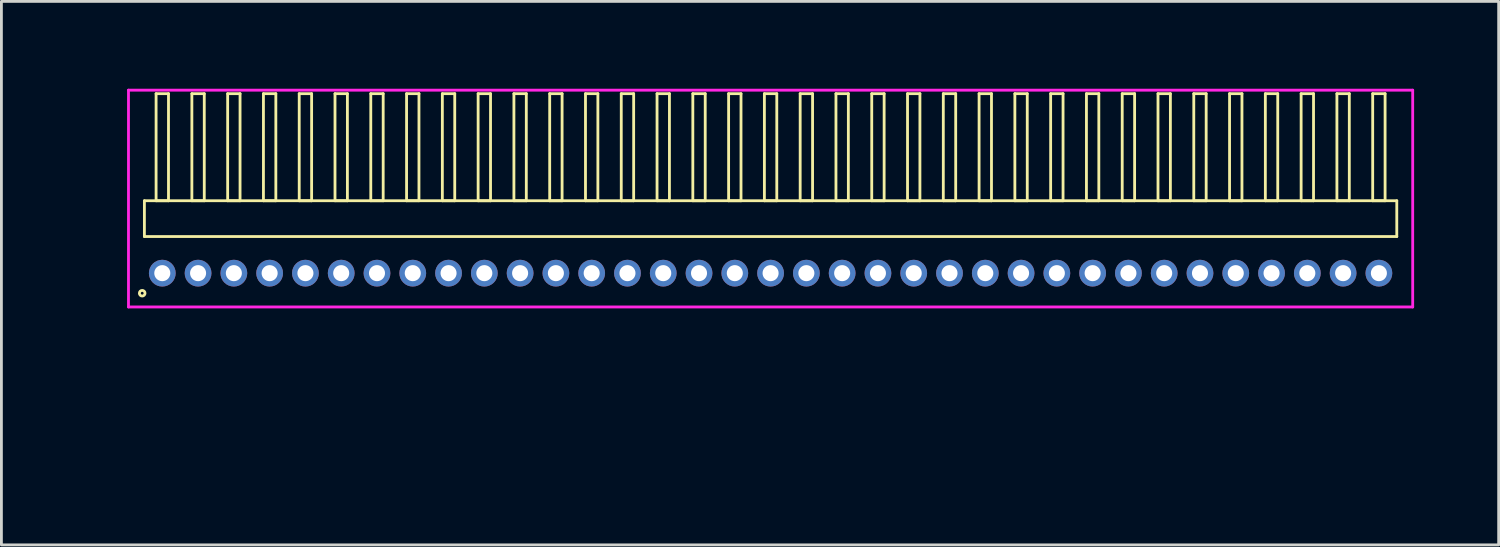
<source format=kicad_pcb>
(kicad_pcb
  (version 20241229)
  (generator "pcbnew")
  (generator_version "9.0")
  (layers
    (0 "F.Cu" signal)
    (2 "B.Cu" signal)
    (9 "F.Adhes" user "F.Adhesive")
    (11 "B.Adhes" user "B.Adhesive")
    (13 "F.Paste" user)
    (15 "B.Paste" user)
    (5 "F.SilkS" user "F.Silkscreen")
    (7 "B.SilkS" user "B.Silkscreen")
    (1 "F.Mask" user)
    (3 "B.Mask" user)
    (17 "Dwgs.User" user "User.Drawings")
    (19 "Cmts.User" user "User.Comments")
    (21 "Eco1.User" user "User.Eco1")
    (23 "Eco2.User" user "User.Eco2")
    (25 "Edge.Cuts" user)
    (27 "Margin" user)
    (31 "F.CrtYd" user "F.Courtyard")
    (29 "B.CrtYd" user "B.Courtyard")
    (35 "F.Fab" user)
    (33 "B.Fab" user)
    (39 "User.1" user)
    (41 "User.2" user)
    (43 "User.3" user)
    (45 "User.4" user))
  (footprint "HDR_RA127P35x1"
    (layer "F.Cu")
    (at 24.3 6.645)
    (property "Reference" "HDR_RA127P35x1" (at -23.54 0 90) (layer "User.1") (effects (font (size 1 1) (thickness 0.1))))
    (attr through_hole)
    (fp_line (start -22.225 -2.57) (end -22.225 -1.3) (stroke (width 0.1) (type solid)) (layer "F.SilkS"))
    (fp_line (start -22.225 -1.3) (end 22.225 -1.3) (stroke (width 0.1) (type solid)) (layer "F.SilkS"))
    (fp_line (start -21.81 -6.37) (end -21.81 -2.57) (stroke (width 0.1) (type solid)) (layer "F.SilkS"))
    (fp_line (start -21.81 -2.57) (end -21.37 -2.57) (stroke (width 0.1) (type solid)) (layer "F.SilkS"))
    (fp_line (start -21.37 -6.37) (end -21.81 -6.37) (stroke (width 0.1) (type solid)) (layer "F.SilkS"))
    (fp_line (start -21.37 -2.57) (end -21.37 -6.37) (stroke (width 0.1) (type solid)) (layer "F.SilkS"))
    (fp_line (start -20.54 -6.37) (end -20.54 -2.57) (stroke (width 0.1) (type solid)) (layer "F.SilkS"))
    (fp_line (start -20.54 -2.57) (end -20.1 -2.57) (stroke (width 0.1) (type solid)) (layer "F.SilkS"))
    (fp_line (start -20.1 -6.37) (end -20.54 -6.37) (stroke (width 0.1) (type solid)) (layer "F.SilkS"))
    (fp_line (start -20.1 -2.57) (end -20.1 -6.37) (stroke (width 0.1) (type solid)) (layer "F.SilkS"))
    (fp_line (start -19.27 -6.37) (end -19.27 -2.57) (stroke (width 0.1) (type solid)) (layer "F.SilkS"))
    (fp_line (start -19.27 -2.57) (end -18.83 -2.57) (stroke (width 0.1) (type solid)) (layer "F.SilkS"))
    (fp_line (start -18.83 -6.37) (end -19.27 -6.37) (stroke (width 0.1) (type solid)) (layer "F.SilkS"))
    (fp_line (start -18.83 -2.57) (end -18.83 -6.37) (stroke (width 0.1) (type solid)) (layer "F.SilkS"))
    (fp_line (start -18 -6.37) (end -18 -2.57) (stroke (width 0.1) (type solid)) (layer "F.SilkS"))
    (fp_line (start -18 -2.57) (end -17.56 -2.57) (stroke (width 0.1) (type solid)) (layer "F.SilkS"))
    (fp_line (start -17.56 -6.37) (end -18 -6.37) (stroke (width 0.1) (type solid)) (layer "F.SilkS"))
    (fp_line (start -17.56 -2.57) (end -17.56 -6.37) (stroke (width 0.1) (type solid)) (layer "F.SilkS"))
    (fp_line (start -16.73 -6.37) (end -16.73 -2.57) (stroke (width 0.1) (type solid)) (layer "F.SilkS"))
    (fp_line (start -16.73 -2.57) (end -16.29 -2.57) (stroke (width 0.1) (type solid)) (layer "F.SilkS"))
    (fp_line (start -16.29 -6.37) (end -16.73 -6.37) (stroke (width 0.1) (type solid)) (layer "F.SilkS"))
    (fp_line (start -16.29 -2.57) (end -16.29 -6.37) (stroke (width 0.1) (type solid)) (layer "F.SilkS"))
    (fp_line (start -15.46 -6.37) (end -15.46 -2.57) (stroke (width 0.1) (type solid)) (layer "F.SilkS"))
    (fp_line (start -15.46 -2.57) (end -15.02 -2.57) (stroke (width 0.1) (type solid)) (layer "F.SilkS"))
    (fp_line (start -15.02 -6.37) (end -15.46 -6.37) (stroke (width 0.1) (type solid)) (layer "F.SilkS"))
    (fp_line (start -15.02 -2.57) (end -15.02 -6.37) (stroke (width 0.1) (type solid)) (layer "F.SilkS"))
    (fp_line (start -14.19 -6.37) (end -14.19 -2.57) (stroke (width 0.1) (type solid)) (layer "F.SilkS"))
    (fp_line (start -14.19 -2.57) (end -13.75 -2.57) (stroke (width 0.1) (type solid)) (layer "F.SilkS"))
    (fp_line (start -13.75 -6.37) (end -14.19 -6.37) (stroke (width 0.1) (type solid)) (layer "F.SilkS"))
    (fp_line (start -13.75 -2.57) (end -13.75 -6.37) (stroke (width 0.1) (type solid)) (layer "F.SilkS"))
    (fp_line (start -12.92 -6.37) (end -12.92 -2.57) (stroke (width 0.1) (type solid)) (layer "F.SilkS"))
    (fp_line (start -12.92 -2.57) (end -12.48 -2.57) (stroke (width 0.1) (type solid)) (layer "F.SilkS"))
    (fp_line (start -12.48 -6.37) (end -12.92 -6.37) (stroke (width 0.1) (type solid)) (layer "F.SilkS"))
    (fp_line (start -12.48 -2.57) (end -12.48 -6.37) (stroke (width 0.1) (type solid)) (layer "F.SilkS"))
    (fp_line (start -11.65 -6.37) (end -11.65 -2.57) (stroke (width 0.1) (type solid)) (layer "F.SilkS"))
    (fp_line (start -11.65 -2.57) (end -11.21 -2.57) (stroke (width 0.1) (type solid)) (layer "F.SilkS"))
    (fp_line (start -11.21 -6.37) (end -11.65 -6.37) (stroke (width 0.1) (type solid)) (layer "F.SilkS"))
    (fp_line (start -11.21 -2.57) (end -11.21 -6.37) (stroke (width 0.1) (type solid)) (layer "F.SilkS"))
    (fp_line (start -10.38 -6.37) (end -10.38 -2.57) (stroke (width 0.1) (type solid)) (layer "F.SilkS"))
    (fp_line (start -10.38 -2.57) (end -9.94 -2.57) (stroke (width 0.1) (type solid)) (layer "F.SilkS"))
    (fp_line (start -9.94 -6.37) (end -10.38 -6.37) (stroke (width 0.1) (type solid)) (layer "F.SilkS"))
    (fp_line (start -9.94 -2.57) (end -9.94 -6.37) (stroke (width 0.1) (type solid)) (layer "F.SilkS"))
    (fp_line (start -9.11 -6.37) (end -9.11 -2.57) (stroke (width 0.1) (type solid)) (layer "F.SilkS"))
    (fp_line (start -9.11 -2.57) (end -8.67 -2.57) (stroke (width 0.1) (type solid)) (layer "F.SilkS"))
    (fp_line (start -8.67 -6.37) (end -9.11 -6.37) (stroke (width 0.1) (type solid)) (layer "F.SilkS"))
    (fp_line (start -8.67 -2.57) (end -8.67 -6.37) (stroke (width 0.1) (type solid)) (layer "F.SilkS"))
    (fp_line (start -7.84 -6.37) (end -7.84 -2.57) (stroke (width 0.1) (type solid)) (layer "F.SilkS"))
    (fp_line (start -7.84 -2.57) (end -7.4 -2.57) (stroke (width 0.1) (type solid)) (layer "F.SilkS"))
    (fp_line (start -7.4 -6.37) (end -7.84 -6.37) (stroke (width 0.1) (type solid)) (layer "F.SilkS"))
    (fp_line (start -7.4 -2.57) (end -7.4 -6.37) (stroke (width 0.1) (type solid)) (layer "F.SilkS"))
    (fp_line (start -6.57 -6.37) (end -6.57 -2.57) (stroke (width 0.1) (type solid)) (layer "F.SilkS"))
    (fp_line (start -6.57 -2.57) (end -6.13 -2.57) (stroke (width 0.1) (type solid)) (layer "F.SilkS"))
    (fp_line (start -6.13 -6.37) (end -6.57 -6.37) (stroke (width 0.1) (type solid)) (layer "F.SilkS"))
    (fp_line (start -6.13 -2.57) (end -6.13 -6.37) (stroke (width 0.1) (type solid)) (layer "F.SilkS"))
    (fp_line (start -5.3 -6.37) (end -5.3 -2.57) (stroke (width 0.1) (type solid)) (layer "F.SilkS"))
    (fp_line (start -5.3 -2.57) (end -4.86 -2.57) (stroke (width 0.1) (type solid)) (layer "F.SilkS"))
    (fp_line (start -4.86 -6.37) (end -5.3 -6.37) (stroke (width 0.1) (type solid)) (layer "F.SilkS"))
    (fp_line (start -4.86 -2.57) (end -4.86 -6.37) (stroke (width 0.1) (type solid)) (layer "F.SilkS"))
    (fp_line (start -4.03 -6.37) (end -4.03 -2.57) (stroke (width 0.1) (type solid)) (layer "F.SilkS"))
    (fp_line (start -4.03 -2.57) (end -3.59 -2.57) (stroke (width 0.1) (type solid)) (layer "F.SilkS"))
    (fp_line (start -3.59 -6.37) (end -4.03 -6.37) (stroke (width 0.1) (type solid)) (layer "F.SilkS"))
    (fp_line (start -3.59 -2.57) (end -3.59 -6.37) (stroke (width 0.1) (type solid)) (layer "F.SilkS"))
    (fp_line (start -2.76 -6.37) (end -2.76 -2.57) (stroke (width 0.1) (type solid)) (layer "F.SilkS"))
    (fp_line (start -2.76 -2.57) (end -2.32 -2.57) (stroke (width 0.1) (type solid)) (layer "F.SilkS"))
    (fp_line (start -2.32 -6.37) (end -2.76 -6.37) (stroke (width 0.1) (type solid)) (layer "F.SilkS"))
    (fp_line (start -2.32 -2.57) (end -2.32 -6.37) (stroke (width 0.1) (type solid)) (layer "F.SilkS"))
    (fp_line (start -1.49 -6.37) (end -1.49 -2.57) (stroke (width 0.1) (type solid)) (layer "F.SilkS"))
    (fp_line (start -1.49 -2.57) (end -1.05 -2.57) (stroke (width 0.1) (type solid)) (layer "F.SilkS"))
    (fp_line (start -1.05 -6.37) (end -1.49 -6.37) (stroke (width 0.1) (type solid)) (layer "F.SilkS"))
    (fp_line (start -1.05 -2.57) (end -1.05 -6.37) (stroke (width 0.1) (type solid)) (layer "F.SilkS"))
    (fp_line (start -0.22 -6.37) (end -0.22 -2.57) (stroke (width 0.1) (type solid)) (layer "F.SilkS"))
    (fp_line (start -0.22 -2.57) (end 0.22 -2.57) (stroke (width 0.1) (type solid)) (layer "F.SilkS"))
    (fp_line (start 0.22 -6.37) (end -0.22 -6.37) (stroke (width 0.1) (type solid)) (layer "F.SilkS"))
    (fp_line (start 0.22 -2.57) (end 0.22 -6.37) (stroke (width 0.1) (type solid)) (layer "F.SilkS"))
    (fp_line (start 1.05 -6.37) (end 1.05 -2.57) (stroke (width 0.1) (type solid)) (layer "F.SilkS"))
    (fp_line (start 1.05 -2.57) (end 1.49 -2.57) (stroke (width 0.1) (type solid)) (layer "F.SilkS"))
    (fp_line (start 1.49 -6.37) (end 1.05 -6.37) (stroke (width 0.1) (type solid)) (layer "F.SilkS"))
    (fp_line (start 1.49 -2.57) (end 1.49 -6.37) (stroke (width 0.1) (type solid)) (layer "F.SilkS"))
    (fp_line (start 2.32 -6.37) (end 2.32 -2.57) (stroke (width 0.1) (type solid)) (layer "F.SilkS"))
    (fp_line (start 2.32 -2.57) (end 2.76 -2.57) (stroke (width 0.1) (type solid)) (layer "F.SilkS"))
    (fp_line (start 2.76 -6.37) (end 2.32 -6.37) (stroke (width 0.1) (type solid)) (layer "F.SilkS"))
    (fp_line (start 2.76 -2.57) (end 2.76 -6.37) (stroke (width 0.1) (type solid)) (layer "F.SilkS"))
    (fp_line (start 3.59 -6.37) (end 3.59 -2.57) (stroke (width 0.1) (type solid)) (layer "F.SilkS"))
    (fp_line (start 3.59 -2.57) (end 4.03 -2.57) (stroke (width 0.1) (type solid)) (layer "F.SilkS"))
    (fp_line (start 4.03 -6.37) (end 3.59 -6.37) (stroke (width 0.1) (type solid)) (layer "F.SilkS"))
    (fp_line (start 4.03 -2.57) (end 4.03 -6.37) (stroke (width 0.1) (type solid)) (layer "F.SilkS"))
    (fp_line (start 4.86 -6.37) (end 4.86 -2.57) (stroke (width 0.1) (type solid)) (layer "F.SilkS"))
    (fp_line (start 4.86 -2.57) (end 5.3 -2.57) (stroke (width 0.1) (type solid)) (layer "F.SilkS"))
    (fp_line (start 5.3 -6.37) (end 4.86 -6.37) (stroke (width 0.1) (type solid)) (layer "F.SilkS"))
    (fp_line (start 5.3 -2.57) (end 5.3 -6.37) (stroke (width 0.1) (type solid)) (layer "F.SilkS"))
    (fp_line (start 6.13 -6.37) (end 6.13 -2.57) (stroke (width 0.1) (type solid)) (layer "F.SilkS"))
    (fp_line (start 6.13 -2.57) (end 6.57 -2.57) (stroke (width 0.1) (type solid)) (layer "F.SilkS"))
    (fp_line (start 6.57 -6.37) (end 6.13 -6.37) (stroke (width 0.1) (type solid)) (layer "F.SilkS"))
    (fp_line (start 6.57 -2.57) (end 6.57 -6.37) (stroke (width 0.1) (type solid)) (layer "F.SilkS"))
    (fp_line (start 7.4 -6.37) (end 7.4 -2.57) (stroke (width 0.1) (type solid)) (layer "F.SilkS"))
    (fp_line (start 7.4 -2.57) (end 7.84 -2.57) (stroke (width 0.1) (type solid)) (layer "F.SilkS"))
    (fp_line (start 7.84 -6.37) (end 7.4 -6.37) (stroke (width 0.1) (type solid)) (layer "F.SilkS"))
    (fp_line (start 7.84 -2.57) (end 7.84 -6.37) (stroke (width 0.1) (type solid)) (layer "F.SilkS"))
    (fp_line (start 8.67 -6.37) (end 8.67 -2.57) (stroke (width 0.1) (type solid)) (layer "F.SilkS"))
    (fp_line (start 8.67 -2.57) (end 9.11 -2.57) (stroke (width 0.1) (type solid)) (layer "F.SilkS"))
    (fp_line (start 9.11 -6.37) (end 8.67 -6.37) (stroke (width 0.1) (type solid)) (layer "F.SilkS"))
    (fp_line (start 9.11 -2.57) (end 9.11 -6.37) (stroke (width 0.1) (type solid)) (layer "F.SilkS"))
    (fp_line (start 9.94 -6.37) (end 9.94 -2.57) (stroke (width 0.1) (type solid)) (layer "F.SilkS"))
    (fp_line (start 9.94 -2.57) (end 10.38 -2.57) (stroke (width 0.1) (type solid)) (layer "F.SilkS"))
    (fp_line (start 10.38 -6.37) (end 9.94 -6.37) (stroke (width 0.1) (type solid)) (layer "F.SilkS"))
    (fp_line (start 10.38 -2.57) (end 10.38 -6.37) (stroke (width 0.1) (type solid)) (layer "F.SilkS"))
    (fp_line (start 11.21 -6.37) (end 11.21 -2.57) (stroke (width 0.1) (type solid)) (layer "F.SilkS"))
    (fp_line (start 11.21 -2.57) (end 11.65 -2.57) (stroke (width 0.1) (type solid)) (layer "F.SilkS"))
    (fp_line (start 11.65 -6.37) (end 11.21 -6.37) (stroke (width 0.1) (type solid)) (layer "F.SilkS"))
    (fp_line (start 11.65 -2.57) (end 11.65 -6.37) (stroke (width 0.1) (type solid)) (layer "F.SilkS"))
    (fp_line (start 12.48 -6.37) (end 12.48 -2.57) (stroke (width 0.1) (type solid)) (layer "F.SilkS"))
    (fp_line (start 12.48 -2.57) (end 12.92 -2.57) (stroke (width 0.1) (type solid)) (layer "F.SilkS"))
    (fp_line (start 12.92 -6.37) (end 12.48 -6.37) (stroke (width 0.1) (type solid)) (layer "F.SilkS"))
    (fp_line (start 12.92 -2.57) (end 12.92 -6.37) (stroke (width 0.1) (type solid)) (layer "F.SilkS"))
    (fp_line (start 13.75 -6.37) (end 13.75 -2.57) (stroke (width 0.1) (type solid)) (layer "F.SilkS"))
    (fp_line (start 13.75 -2.57) (end 14.19 -2.57) (stroke (width 0.1) (type solid)) (layer "F.SilkS"))
    (fp_line (start 14.19 -6.37) (end 13.75 -6.37) (stroke (width 0.1) (type solid)) (layer "F.SilkS"))
    (fp_line (start 14.19 -2.57) (end 14.19 -6.37) (stroke (width 0.1) (type solid)) (layer "F.SilkS"))
    (fp_line (start 15.02 -6.37) (end 15.02 -2.57) (stroke (width 0.1) (type solid)) (layer "F.SilkS"))
    (fp_line (start 15.02 -2.57) (end 15.46 -2.57) (stroke (width 0.1) (type solid)) (layer "F.SilkS"))
    (fp_line (start 15.46 -6.37) (end 15.02 -6.37) (stroke (width 0.1) (type solid)) (layer "F.SilkS"))
    (fp_line (start 15.46 -2.57) (end 15.46 -6.37) (stroke (width 0.1) (type solid)) (layer "F.SilkS"))
    (fp_line (start 16.29 -6.37) (end 16.29 -2.57) (stroke (width 0.1) (type solid)) (layer "F.SilkS"))
    (fp_line (start 16.29 -2.57) (end 16.73 -2.57) (stroke (width 0.1) (type solid)) (layer "F.SilkS"))
    (fp_line (start 16.73 -6.37) (end 16.29 -6.37) (stroke (width 0.1) (type solid)) (layer "F.SilkS"))
    (fp_line (start 16.73 -2.57) (end 16.73 -6.37) (stroke (width 0.1) (type solid)) (layer "F.SilkS"))
    (fp_line (start 17.56 -6.37) (end 17.56 -2.57) (stroke (width 0.1) (type solid)) (layer "F.SilkS"))
    (fp_line (start 17.56 -2.57) (end 18 -2.57) (stroke (width 0.1) (type solid)) (layer "F.SilkS"))
    (fp_line (start 18 -6.37) (end 17.56 -6.37) (stroke (width 0.1) (type solid)) (layer "F.SilkS"))
    (fp_line (start 18 -2.57) (end 18 -6.37) (stroke (width 0.1) (type solid)) (layer "F.SilkS"))
    (fp_line (start 18.83 -6.37) (end 18.83 -2.57) (stroke (width 0.1) (type solid)) (layer "F.SilkS"))
    (fp_line (start 18.83 -2.57) (end 19.27 -2.57) (stroke (width 0.1) (type solid)) (layer "F.SilkS"))
    (fp_line (start 19.27 -6.37) (end 18.83 -6.37) (stroke (width 0.1) (type solid)) (layer "F.SilkS"))
    (fp_line (start 19.27 -2.57) (end 19.27 -6.37) (stroke (width 0.1) (type solid)) (layer "F.SilkS"))
    (fp_line (start 20.1 -6.37) (end 20.1 -2.57) (stroke (width 0.1) (type solid)) (layer "F.SilkS"))
    (fp_line (start 20.1 -2.57) (end 20.54 -2.57) (stroke (width 0.1) (type solid)) (layer "F.SilkS"))
    (fp_line (start 20.54 -6.37) (end 20.1 -6.37) (stroke (width 0.1) (type solid)) (layer "F.SilkS"))
    (fp_line (start 20.54 -2.57) (end 20.54 -6.37) (stroke (width 0.1) (type solid)) (layer "F.SilkS"))
    (fp_line (start 21.37 -6.37) (end 21.37 -2.57) (stroke (width 0.1) (type solid)) (layer "F.SilkS"))
    (fp_line (start 21.37 -2.57) (end 21.81 -2.57) (stroke (width 0.1) (type solid)) (layer "F.SilkS"))
    (fp_line (start 21.81 -6.37) (end 21.37 -6.37) (stroke (width 0.1) (type solid)) (layer "F.SilkS"))
    (fp_line (start 21.81 -2.57) (end 21.81 -6.37) (stroke (width 0.1) (type solid)) (layer "F.SilkS"))
    (fp_line (start 22.225 -2.57) (end -22.225 -2.57) (stroke (width 0.1) (type solid)) (layer "F.SilkS"))
    (fp_line (start 22.225 -1.3) (end 22.225 -2.57) (stroke (width 0.1) (type solid)) (layer "F.SilkS"))
    (fp_circle (center -22.303 0.712) (end -22.203 0.712) (stroke (width 0.1) (type solid)) (fill no) (layer "F.SilkS"))
    (fp_line (start -22.79 -6.495) (end -22.79 1.2) (stroke (width 0.1) (type solid)) (layer "F.CrtYd"))
    (fp_line (start -22.79 1.2) (end 22.79 1.2) (stroke (width 0.1) (type solid)) (layer "F.CrtYd"))
    (fp_line (start 22.79 -6.495) (end -22.79 -6.495) (stroke (width 0.1) (type solid)) (layer "F.CrtYd"))
    (fp_line (start 22.79 1.2) (end 22.79 -6.495) (stroke (width 0.1) (type solid)) (layer "F.CrtYd"))
    (pad "1" thru_hole oval (at -21.59 0) (size 0.95 0.95) (drill 0.57) (layers "*.Cu" "*.Mask"))
    (pad "2" thru_hole oval (at -20.32 0) (size 0.95 0.95) (drill 0.57) (layers "*.Cu" "*.Mask"))
    (pad "3" thru_hole oval (at -19.05 0) (size 0.95 0.95) (drill 0.57) (layers "*.Cu" "*.Mask"))
    (pad "4" thru_hole oval (at -17.78 0) (size 0.95 0.95) (drill 0.57) (layers "*.Cu" "*.Mask"))
    (pad "5" thru_hole oval (at -16.51 0) (size 0.95 0.95) (drill 0.57) (layers "*.Cu" "*.Mask"))
    (pad "6" thru_hole oval (at -15.24 0) (size 0.95 0.95) (drill 0.57) (layers "*.Cu" "*.Mask"))
    (pad "7" thru_hole oval (at -13.97 0) (size 0.95 0.95) (drill 0.57) (layers "*.Cu" "*.Mask"))
    (pad "8" thru_hole oval (at -12.7 0) (size 0.95 0.95) (drill 0.57) (layers "*.Cu" "*.Mask"))
    (pad "9" thru_hole oval (at -11.43 0) (size 0.95 0.95) (drill 0.57) (layers "*.Cu" "*.Mask"))
    (pad "10" thru_hole oval (at -10.16 0) (size 0.95 0.95) (drill 0.57) (layers "*.Cu" "*.Mask"))
    (pad "11" thru_hole oval (at -8.89 0) (size 0.95 0.95) (drill 0.57) (layers "*.Cu" "*.Mask"))
    (pad "12" thru_hole oval (at -7.62 0) (size 0.95 0.95) (drill 0.57) (layers "*.Cu" "*.Mask"))
    (pad "13" thru_hole oval (at -6.35 0) (size 0.95 0.95) (drill 0.57) (layers "*.Cu" "*.Mask"))
    (pad "14" thru_hole oval (at -5.08 0) (size 0.95 0.95) (drill 0.57) (layers "*.Cu" "*.Mask"))
    (pad "15" thru_hole oval (at -3.81 0) (size 0.95 0.95) (drill 0.57) (layers "*.Cu" "*.Mask"))
    (pad "16" thru_hole oval (at -2.54 0) (size 0.95 0.95) (drill 0.57) (layers "*.Cu" "*.Mask"))
    (pad "17" thru_hole oval (at -1.27 0) (size 0.95 0.95) (drill 0.57) (layers "*.Cu" "*.Mask"))
    (pad "18" thru_hole oval (at 0 0) (size 0.95 0.95) (drill 0.57) (layers "*.Cu" "*.Mask"))
    (pad "19" thru_hole oval (at 1.27 0) (size 0.95 0.95) (drill 0.57) (layers "*.Cu" "*.Mask"))
    (pad "20" thru_hole oval (at 2.54 0) (size 0.95 0.95) (drill 0.57) (layers "*.Cu" "*.Mask"))
    (pad "21" thru_hole oval (at 3.81 0) (size 0.95 0.95) (drill 0.57) (layers "*.Cu" "*.Mask"))
    (pad "22" thru_hole oval (at 5.08 0) (size 0.95 0.95) (drill 0.57) (layers "*.Cu" "*.Mask"))
    (pad "23" thru_hole oval (at 6.35 0) (size 0.95 0.95) (drill 0.57) (layers "*.Cu" "*.Mask"))
    (pad "24" thru_hole oval (at 7.62 0) (size 0.95 0.95) (drill 0.57) (layers "*.Cu" "*.Mask"))
    (pad "25" thru_hole oval (at 8.89 0) (size 0.95 0.95) (drill 0.57) (layers "*.Cu" "*.Mask"))
    (pad "26" thru_hole oval (at 10.16 0) (size 0.95 0.95) (drill 0.57) (layers "*.Cu" "*.Mask"))
    (pad "27" thru_hole oval (at 11.43 0) (size 0.95 0.95) (drill 0.57) (layers "*.Cu" "*.Mask"))
    (pad "28" thru_hole oval (at 12.7 0) (size 0.95 0.95) (drill 0.57) (layers "*.Cu" "*.Mask"))
    (pad "29" thru_hole oval (at 13.97 0) (size 0.95 0.95) (drill 0.57) (layers "*.Cu" "*.Mask"))
    (pad "30" thru_hole oval (at 15.24 0) (size 0.95 0.95) (drill 0.57) (layers "*.Cu" "*.Mask"))
    (pad "31" thru_hole oval (at 16.51 0) (size 0.95 0.95) (drill 0.57) (layers "*.Cu" "*.Mask"))
    (pad "32" thru_hole oval (at 17.78 0) (size 0.95 0.95) (drill 0.57) (layers "*.Cu" "*.Mask"))
    (pad "33" thru_hole oval (at 19.05 0) (size 0.95 0.95) (drill 0.57) (layers "*.Cu" "*.Mask"))
    (pad "34" thru_hole oval (at 20.32 0) (size 0.95 0.95) (drill 0.57) (layers "*.Cu" "*.Mask"))
    (pad "35" thru_hole oval (at 21.59 0) (size 0.95 0.95) (drill 0.57) (layers "*.Cu" "*.Mask")))
  (gr_rect
    (start -3 -3)
    (end 50.141 16.29)
    (stroke (width 0.1) (type default))
    (fill no)
    (layer "Edge.Cuts")))
</source>
